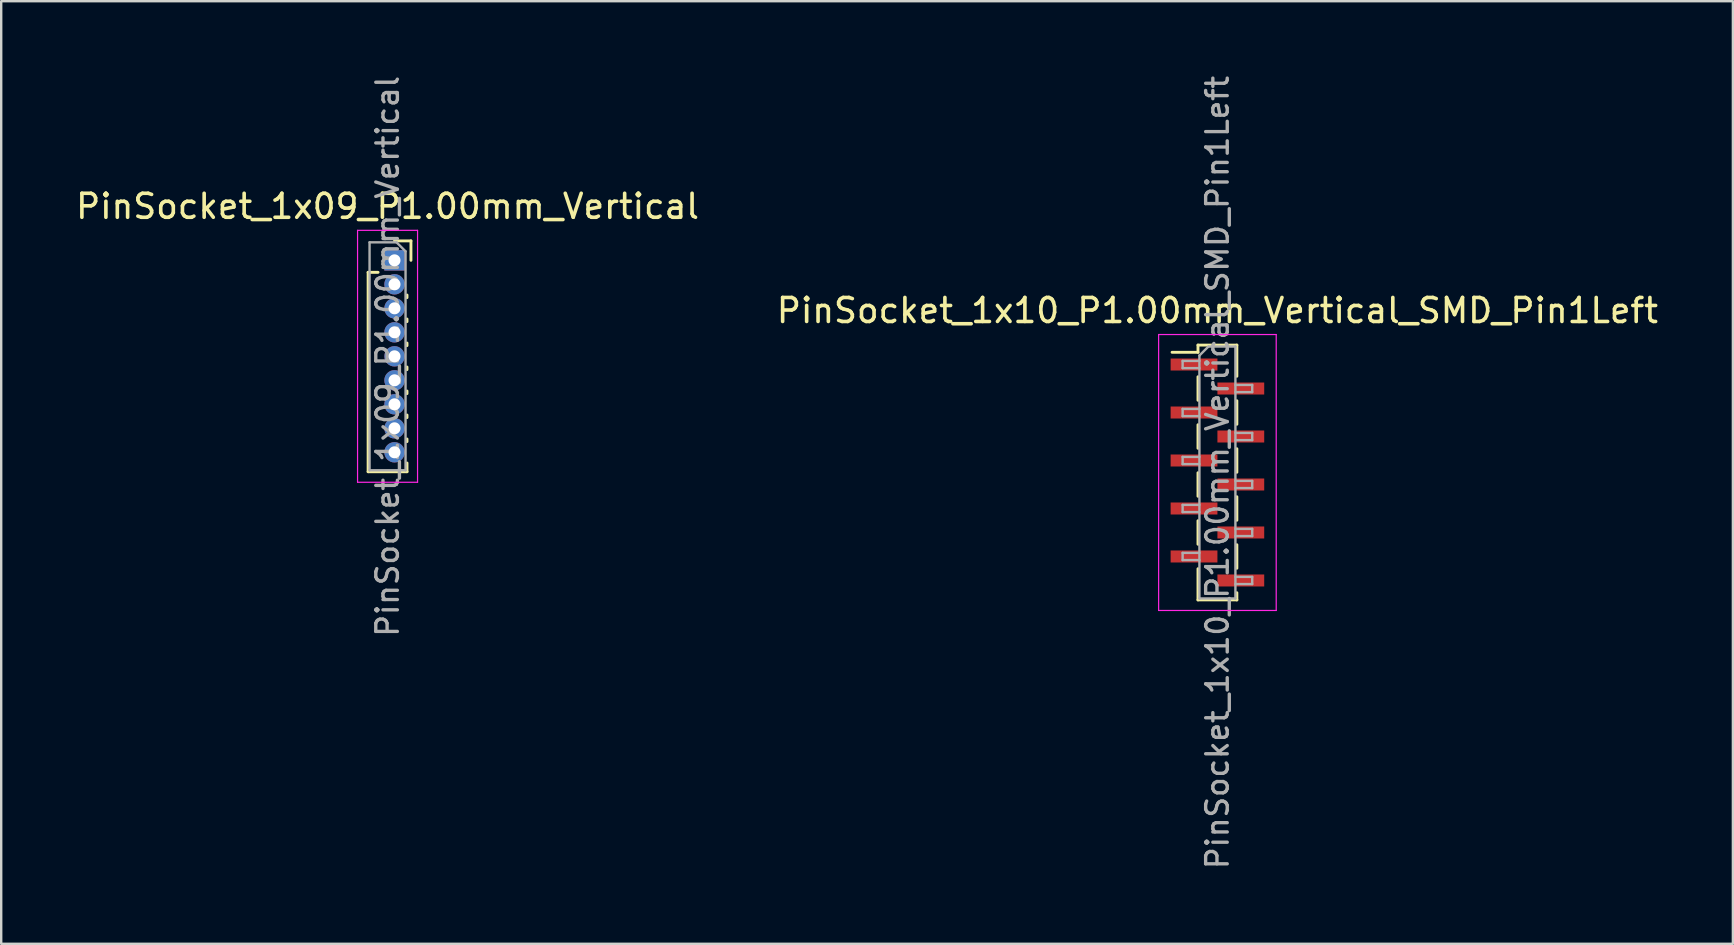
<source format=kicad_pcb>
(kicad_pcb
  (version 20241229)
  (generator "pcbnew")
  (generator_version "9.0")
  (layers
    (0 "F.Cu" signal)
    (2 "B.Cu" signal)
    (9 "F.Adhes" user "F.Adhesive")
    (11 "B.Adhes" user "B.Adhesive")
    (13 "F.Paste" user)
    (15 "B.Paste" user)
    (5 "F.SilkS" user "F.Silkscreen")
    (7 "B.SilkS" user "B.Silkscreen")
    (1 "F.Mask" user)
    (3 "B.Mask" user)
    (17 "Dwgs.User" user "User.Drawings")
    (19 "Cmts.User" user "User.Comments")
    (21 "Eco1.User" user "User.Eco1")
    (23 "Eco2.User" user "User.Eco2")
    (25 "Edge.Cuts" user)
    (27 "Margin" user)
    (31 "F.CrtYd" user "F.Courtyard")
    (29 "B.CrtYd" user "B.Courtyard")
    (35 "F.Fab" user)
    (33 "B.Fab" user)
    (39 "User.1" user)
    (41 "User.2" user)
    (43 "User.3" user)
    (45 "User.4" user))
  (footprint "PinSocket_1x09_P1.00mm_Vertical"
    (layer "F.Cu")
    (at 13.391 7.799)
    (property "Reference" "PinSocket_1x09_P1.00mm_Vertical" (at -0.29 -2.25 0) (layer "F.SilkS") (effects (font (size 1 1) (thickness 0.15))))
    (attr through_hole)
    (fp_line (start -1.1 0.5) (end -1.1 8.81) (stroke (width 0.12) (type solid)) (layer "F.SilkS"))
    (fp_line (start -1.1 0.5) (end -0.685 0.5) (stroke (width 0.12) (type solid)) (layer "F.SilkS"))
    (fp_line (start -1.1 8.81) (end 0.52 8.81) (stroke (width 0.12) (type solid)) (layer "F.SilkS"))
    (fp_line (start 0 -0.81) (end 0.685 -0.81) (stroke (width 0.12) (type solid)) (layer "F.SilkS"))
    (fp_line (start 0.52 1.446) (end 0.52 1.554) (stroke (width 0.12) (type solid)) (layer "F.SilkS"))
    (fp_line (start 0.52 2.446) (end 0.52 2.554) (stroke (width 0.12) (type solid)) (layer "F.SilkS"))
    (fp_line (start 0.52 3.446) (end 0.52 3.554) (stroke (width 0.12) (type solid)) (layer "F.SilkS"))
    (fp_line (start 0.52 4.446) (end 0.52 4.554) (stroke (width 0.12) (type solid)) (layer "F.SilkS"))
    (fp_line (start 0.52 5.446) (end 0.52 5.554) (stroke (width 0.12) (type solid)) (layer "F.SilkS"))
    (fp_line (start 0.52 6.446) (end 0.52 6.554) (stroke (width 0.12) (type solid)) (layer "F.SilkS"))
    (fp_line (start 0.52 7.446) (end 0.52 7.554) (stroke (width 0.12) (type solid)) (layer "F.SilkS"))
    (fp_line (start 0.52 8.446) (end 0.52 8.81) (stroke (width 0.12) (type solid)) (layer "F.SilkS"))
    (fp_line (start 0.685 -0.81) (end 0.685 0) (stroke (width 0.12) (type solid)) (layer "F.SilkS"))
    (fp_line (start -1.54 -1.25) (end 0.96 -1.25) (stroke (width 0.05) (type solid)) (layer "F.CrtYd"))
    (fp_line (start -1.54 9.25) (end -1.54 -1.25) (stroke (width 0.05) (type solid)) (layer "F.CrtYd"))
    (fp_line (start 0.96 -1.25) (end 0.96 9.25) (stroke (width 0.05) (type solid)) (layer "F.CrtYd"))
    (fp_line (start 0.96 9.25) (end -1.54 9.25) (stroke (width 0.05) (type solid)) (layer "F.CrtYd"))
    (fp_line (start -1.04 -0.75) (end 0.085 -0.75) (stroke (width 0.1) (type solid)) (layer "F.Fab"))
    (fp_line (start -1.04 8.75) (end -1.04 -0.75) (stroke (width 0.1) (type solid)) (layer "F.Fab"))
    (fp_line (start 0.085 -0.75) (end 0.46 -0.375) (stroke (width 0.1) (type solid)) (layer "F.Fab"))
    (fp_line (start 0.46 -0.375) (end 0.46 8.75) (stroke (width 0.1) (type solid)) (layer "F.Fab"))
    (fp_line (start 0.46 8.75) (end -1.04 8.75) (stroke (width 0.1) (type solid)) (layer "F.Fab"))
    (fp_text user "${REFERENCE}" (at -0.29 4 90) (layer "F.Fab") (effects (font (size 0.9 0.9) (thickness 0.14))))
    (pad "1" thru_hole rect (at 0 0) (size 0.85 0.85) (drill 0.5) (layers "*.Cu" "*.Mask"))
    (pad "2" thru_hole oval (at 0 1) (size 0.85 0.85) (drill 0.5) (layers "*.Cu" "*.Mask"))
    (pad "3" thru_hole oval (at 0 2) (size 0.85 0.85) (drill 0.5) (layers "*.Cu" "*.Mask"))
    (pad "4" thru_hole oval (at 0 3) (size 0.85 0.85) (drill 0.5) (layers "*.Cu" "*.Mask"))
    (pad "5" thru_hole oval (at 0 4) (size 0.85 0.85) (drill 0.5) (layers "*.Cu" "*.Mask"))
    (pad "6" thru_hole oval (at 0 5) (size 0.85 0.85) (drill 0.5) (layers "*.Cu" "*.Mask"))
    (pad "7" thru_hole oval (at 0 6) (size 0.85 0.85) (drill 0.5) (layers "*.Cu" "*.Mask"))
    (pad "8" thru_hole oval (at 0 7) (size 0.85 0.85) (drill 0.5) (layers "*.Cu" "*.Mask"))
    (pad "9" thru_hole oval (at 0 8) (size 0.85 0.85) (drill 0.5) (layers "*.Cu" "*.Mask")))
  (footprint "PinSocket_1x10_P1.00mm_Vertical_SMD_Pin1Left"
    (layer "F.Cu")
    (at 47.685 16.641)
    (property "Reference" "PinSocket_1x10_P1.00mm_Vertical_SMD_Pin1Left" (at 0 -6.75 0) (layer "F.SilkS") (effects (font (size 1 1) (thickness 0.15))))
    (attr smd)
    (fp_line (start -1.89 -5.01) (end -0.81 -5.01) (stroke (width 0.12) (type solid)) (layer "F.SilkS"))
    (fp_line (start -0.81 -5.31) (end -0.81 -5.01) (stroke (width 0.12) (type solid)) (layer "F.SilkS"))
    (fp_line (start -0.81 -5.31) (end 0.81 -5.31) (stroke (width 0.12) (type solid)) (layer "F.SilkS"))
    (fp_line (start -0.81 -3.99) (end -0.81 -3.01) (stroke (width 0.12) (type solid)) (layer "F.SilkS"))
    (fp_line (start -0.81 -1.99) (end -0.81 -1.01) (stroke (width 0.12) (type solid)) (layer "F.SilkS"))
    (fp_line (start -0.81 0.01) (end -0.81 0.99) (stroke (width 0.12) (type solid)) (layer "F.SilkS"))
    (fp_line (start -0.81 2.01) (end -0.81 2.99) (stroke (width 0.12) (type solid)) (layer "F.SilkS"))
    (fp_line (start -0.81 4.01) (end -0.81 5.31) (stroke (width 0.12) (type solid)) (layer "F.SilkS"))
    (fp_line (start -0.81 5.31) (end 0.81 5.31) (stroke (width 0.12) (type solid)) (layer "F.SilkS"))
    (fp_line (start 0.81 -5.31) (end 0.81 -4.01) (stroke (width 0.12) (type solid)) (layer "F.SilkS"))
    (fp_line (start 0.81 -2.99) (end 0.81 -2.01) (stroke (width 0.12) (type solid)) (layer "F.SilkS"))
    (fp_line (start 0.81 -0.99) (end 0.81 -0.01) (stroke (width 0.12) (type solid)) (layer "F.SilkS"))
    (fp_line (start 0.81 1.01) (end 0.81 1.99) (stroke (width 0.12) (type solid)) (layer "F.SilkS"))
    (fp_line (start 0.81 3.01) (end 0.81 3.99) (stroke (width 0.12) (type solid)) (layer "F.SilkS"))
    (fp_line (start 0.81 5.01) (end 0.81 5.31) (stroke (width 0.12) (type solid)) (layer "F.SilkS"))
    (fp_line (start -2.45 -5.75) (end 2.45 -5.75) (stroke (width 0.05) (type solid)) (layer "F.CrtYd"))
    (fp_line (start -2.45 5.75) (end -2.45 -5.75) (stroke (width 0.05) (type solid)) (layer "F.CrtYd"))
    (fp_line (start 2.45 -5.75) (end 2.45 5.75) (stroke (width 0.05) (type solid)) (layer "F.CrtYd"))
    (fp_line (start 2.45 5.75) (end -2.45 5.75) (stroke (width 0.05) (type solid)) (layer "F.CrtYd"))
    (fp_line (start -1.45 -4.65) (end -0.75 -4.65) (stroke (width 0.1) (type solid)) (layer "F.Fab"))
    (fp_line (start -1.45 -4.35) (end -1.45 -4.65) (stroke (width 0.1) (type solid)) (layer "F.Fab"))
    (fp_line (start -1.45 -2.65) (end -0.75 -2.65) (stroke (width 0.1) (type solid)) (layer "F.Fab"))
    (fp_line (start -1.45 -2.35) (end -1.45 -2.65) (stroke (width 0.1) (type solid)) (layer "F.Fab"))
    (fp_line (start -1.45 -0.65) (end -0.75 -0.65) (stroke (width 0.1) (type solid)) (layer "F.Fab"))
    (fp_line (start -1.45 -0.35) (end -1.45 -0.65) (stroke (width 0.1) (type solid)) (layer "F.Fab"))
    (fp_line (start -1.45 1.35) (end -0.75 1.35) (stroke (width 0.1) (type solid)) (layer "F.Fab"))
    (fp_line (start -1.45 1.65) (end -1.45 1.35) (stroke (width 0.1) (type solid)) (layer "F.Fab"))
    (fp_line (start -1.45 3.35) (end -0.75 3.35) (stroke (width 0.1) (type solid)) (layer "F.Fab"))
    (fp_line (start -1.45 3.65) (end -1.45 3.35) (stroke (width 0.1) (type solid)) (layer "F.Fab"))
    (fp_line (start -0.75 -4.875) (end -0.375 -5.25) (stroke (width 0.1) (type solid)) (layer "F.Fab"))
    (fp_line (start -0.75 -4.35) (end -1.45 -4.35) (stroke (width 0.1) (type solid)) (layer "F.Fab"))
    (fp_line (start -0.75 -2.35) (end -1.45 -2.35) (stroke (width 0.1) (type solid)) (layer "F.Fab"))
    (fp_line (start -0.75 -0.35) (end -1.45 -0.35) (stroke (width 0.1) (type solid)) (layer "F.Fab"))
    (fp_line (start -0.75 1.65) (end -1.45 1.65) (stroke (width 0.1) (type solid)) (layer "F.Fab"))
    (fp_line (start -0.75 3.65) (end -1.45 3.65) (stroke (width 0.1) (type solid)) (layer "F.Fab"))
    (fp_line (start -0.75 5.25) (end -0.75 -4.875) (stroke (width 0.1) (type solid)) (layer "F.Fab"))
    (fp_line (start -0.375 -5.25) (end 0.75 -5.25) (stroke (width 0.1) (type solid)) (layer "F.Fab"))
    (fp_line (start 0.75 -5.25) (end 0.75 5.25) (stroke (width 0.1) (type solid)) (layer "F.Fab"))
    (fp_line (start 0.75 -3.65) (end 1.45 -3.65) (stroke (width 0.1) (type solid)) (layer "F.Fab"))
    (fp_line (start 0.75 -1.65) (end 1.45 -1.65) (stroke (width 0.1) (type solid)) (layer "F.Fab"))
    (fp_line (start 0.75 0.35) (end 1.45 0.35) (stroke (width 0.1) (type solid)) (layer "F.Fab"))
    (fp_line (start 0.75 2.35) (end 1.45 2.35) (stroke (width 0.1) (type solid)) (layer "F.Fab"))
    (fp_line (start 0.75 4.35) (end 1.45 4.35) (stroke (width 0.1) (type solid)) (layer "F.Fab"))
    (fp_line (start 0.75 5.25) (end -0.75 5.25) (stroke (width 0.1) (type solid)) (layer "F.Fab"))
    (fp_line (start 1.45 -3.65) (end 1.45 -3.35) (stroke (width 0.1) (type solid)) (layer "F.Fab"))
    (fp_line (start 1.45 -3.35) (end 0.75 -3.35) (stroke (width 0.1) (type solid)) (layer "F.Fab"))
    (fp_line (start 1.45 -1.65) (end 1.45 -1.35) (stroke (width 0.1) (type solid)) (layer "F.Fab"))
    (fp_line (start 1.45 -1.35) (end 0.75 -1.35) (stroke (width 0.1) (type solid)) (layer "F.Fab"))
    (fp_line (start 1.45 0.35) (end 1.45 0.65) (stroke (width 0.1) (type solid)) (layer "F.Fab"))
    (fp_line (start 1.45 0.65) (end 0.75 0.65) (stroke (width 0.1) (type solid)) (layer "F.Fab"))
    (fp_line (start 1.45 2.35) (end 1.45 2.65) (stroke (width 0.1) (type solid)) (layer "F.Fab"))
    (fp_line (start 1.45 2.65) (end 0.75 2.65) (stroke (width 0.1) (type solid)) (layer "F.Fab"))
    (fp_line (start 1.45 4.35) (end 1.45 4.65) (stroke (width 0.1) (type solid)) (layer "F.Fab"))
    (fp_line (start 1.45 4.65) (end 0.75 4.65) (stroke (width 0.1) (type solid)) (layer "F.Fab"))
    (fp_text user "${REFERENCE}" (at 0 0 90) (layer "F.Fab") (effects (font (size 0.9 0.9) (thickness 0.14))))
    (pad "1" smd rect (at -0.975 -4.5) (size 1.95 0.5) (layers "F.Cu" "F.Mask" "F.Paste"))
    (pad "2" smd rect (at 0.975 -3.5) (size 1.95 0.5) (layers "F.Cu" "F.Mask" "F.Paste"))
    (pad "3" smd rect (at -0.975 -2.5) (size 1.95 0.5) (layers "F.Cu" "F.Mask" "F.Paste"))
    (pad "4" smd rect (at 0.975 -1.5) (size 1.95 0.5) (layers "F.Cu" "F.Mask" "F.Paste"))
    (pad "5" smd rect (at -0.975 -0.5) (size 1.95 0.5) (layers "F.Cu" "F.Mask" "F.Paste"))
    (pad "6" smd rect (at 0.975 0.5) (size 1.95 0.5) (layers "F.Cu" "F.Mask" "F.Paste"))
    (pad "7" smd rect (at -0.975 1.5) (size 1.95 0.5) (layers "F.Cu" "F.Mask" "F.Paste"))
    (pad "8" smd rect (at 0.975 2.5) (size 1.95 0.5) (layers "F.Cu" "F.Mask" "F.Paste"))
    (pad "9" smd rect (at -0.975 3.5) (size 1.95 0.5) (layers "F.Cu" "F.Mask" "F.Paste"))
    (pad "10" smd rect (at 0.975 4.5) (size 1.95 0.5) (layers "F.Cu" "F.Mask" "F.Paste")))
  (gr_rect
    (start -3 -3)
    (end 69.167 36.283)
    (stroke (width 0.1) (type default))
    (fill no)
    (layer "Edge.Cuts")))
</source>
